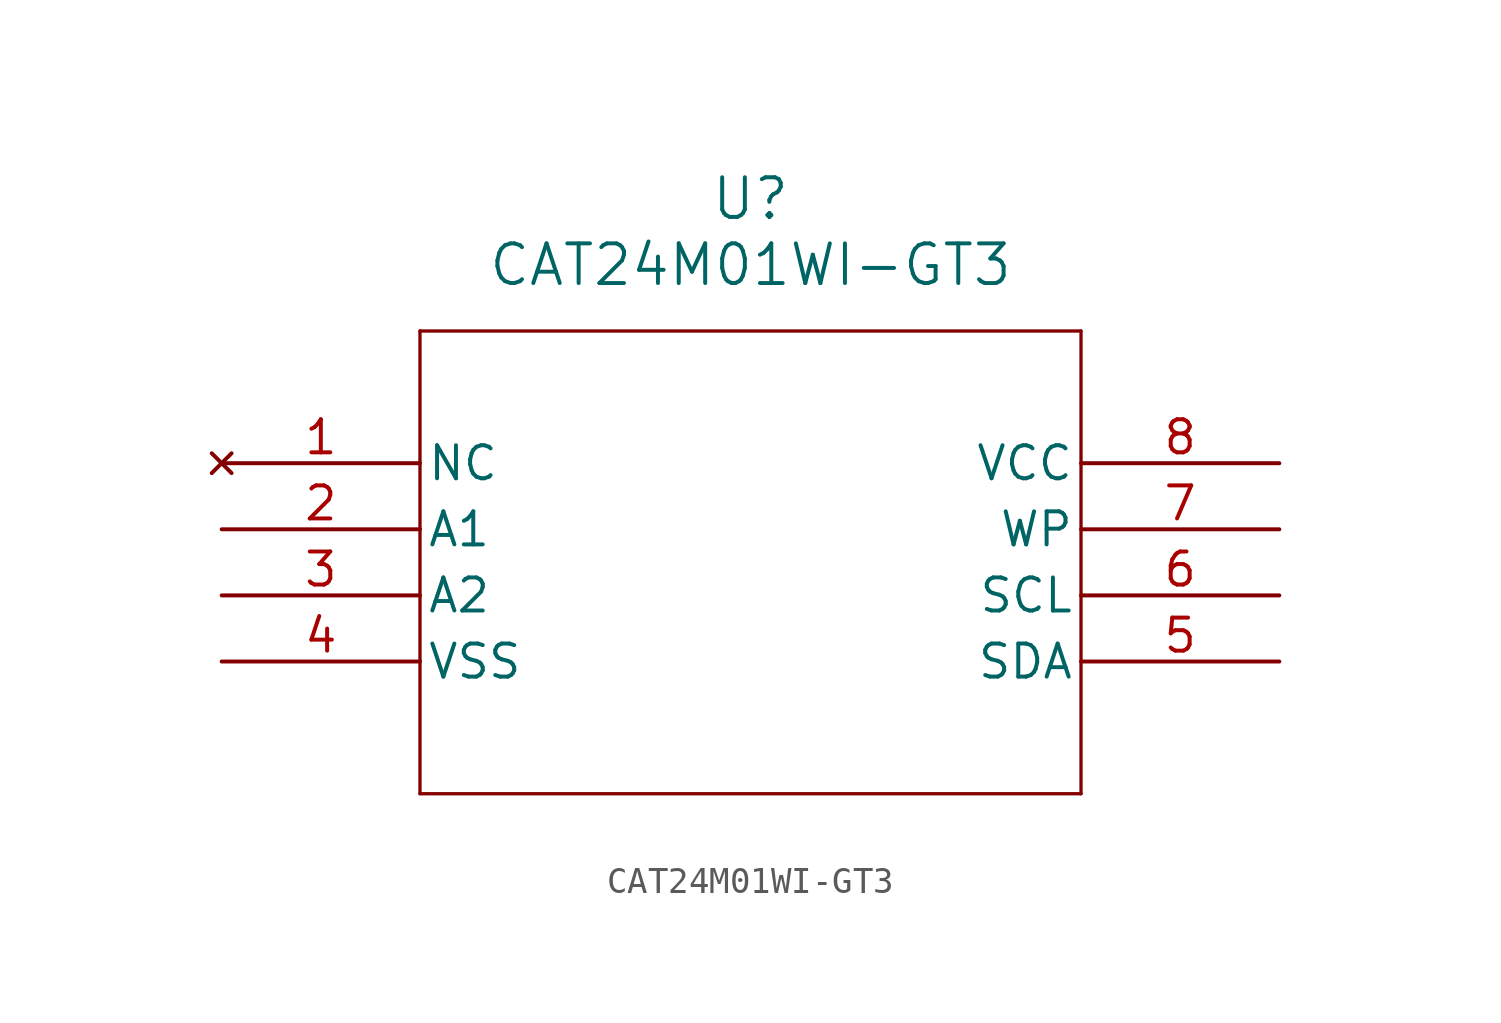
<source format=kicad_sym>
(kicad_symbol_lib
  (version 20211014)
  (generator kicad_symbol_editor)
  (symbol "CAT24M01WI-GT3"
    (pin_names
      (offset 0.254))
    (property "Reference" "U"
      (at 20.32 10.16 0)
      (effects (font (size 1.524 1.524))))
    (property "Value" "CAT24M01WI-GT3"
      (at 20.32 7.62 0)
      (effects (font (size 1.524 1.524))))
    (symbol "CAT24M01WI-GT3_0_1"
      (polyline (pts (xy 7.62 5.08) (xy 7.62 -12.7)) (stroke (width 0.127) (type default) (color 0 0 0 0)) (fill (type none)))
      (polyline (pts (xy 7.62 -12.7) (xy 33.02 -12.7)) (stroke (width 0.127) (type default) (color 0 0 0 0)) (fill (type none)))
      (polyline (pts (xy 33.02 -12.7) (xy 33.02 5.08)) (stroke (width 0.127) (type default) (color 0 0 0 0)) (fill (type none)))
      (polyline (pts (xy 33.02 5.08) (xy 7.62 5.08)) (stroke (width 0.127) (type default) (color 0 0 0 0)) (fill (type none)))
      (pin no_connect line (at 0 0 0) (length 7.62) (name "NC" (effects (font (size 1.27 1.27)))) (number "1" (effects (font (size 1.27 1.27)))))
      (pin unspecified line (at 0 -2.54 0) (length 7.62) (name "A1" (effects (font (size 1.27 1.27)))) (number "2" (effects (font (size 1.27 1.27)))))
      (pin unspecified line (at 0 -5.08 0) (length 7.62) (name "A2" (effects (font (size 1.27 1.27)))) (number "3" (effects (font (size 1.27 1.27)))))
      (pin power_in line (at 0 -7.62 0) (length 7.62) (name "VSS" (effects (font (size 1.27 1.27)))) (number "4" (effects (font (size 1.27 1.27)))))
      (pin unspecified line (at 40.64 -7.62 180) (length 7.62) (name "SDA" (effects (font (size 1.27 1.27)))) (number "5" (effects (font (size 1.27 1.27)))))
      (pin unspecified line (at 40.64 -5.08 180) (length 7.62) (name "SCL" (effects (font (size 1.27 1.27)))) (number "6" (effects (font (size 1.27 1.27)))))
      (pin unspecified line (at 40.64 -2.54 180) (length 7.62) (name "WP" (effects (font (size 1.27 1.27)))) (number "7" (effects (font (size 1.27 1.27)))))
      (pin power_in line (at 40.64 0 180) (length 7.62) (name "VCC" (effects (font (size 1.27 1.27)))) (number "8" (effects (font (size 1.27 1.27))))))))
</source>
